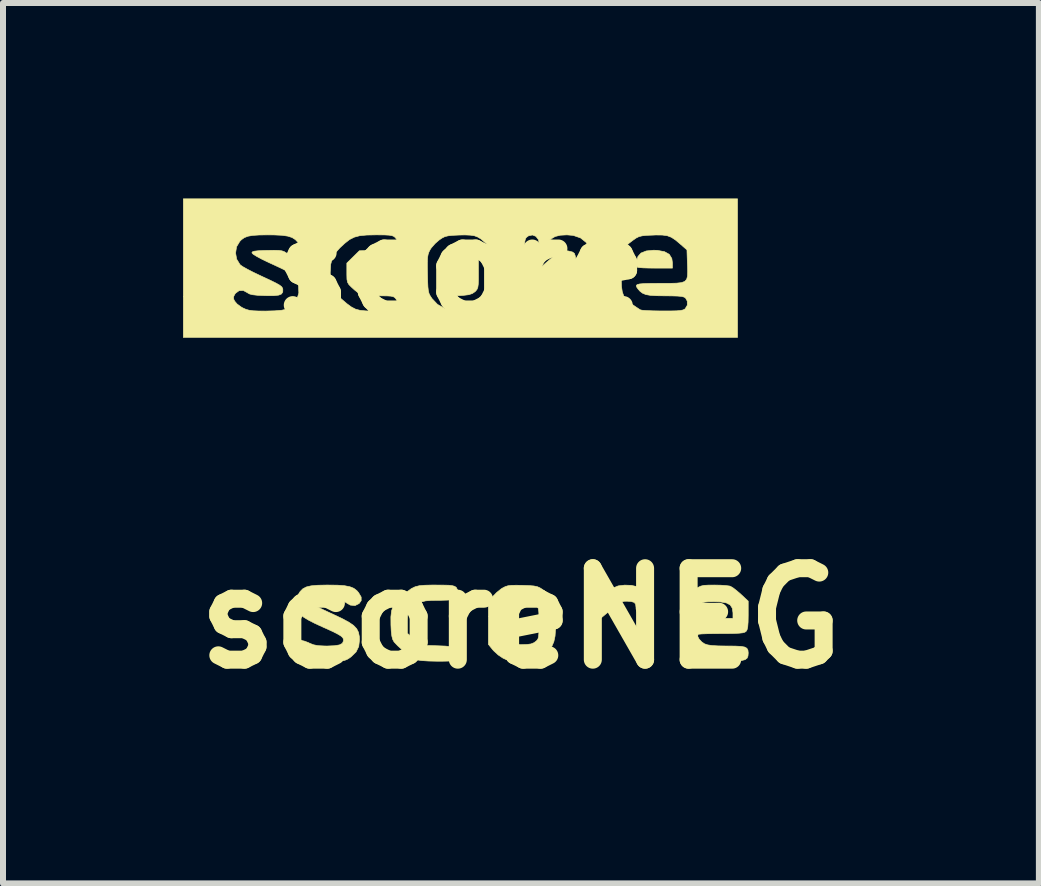
<source format=kicad_pcb>
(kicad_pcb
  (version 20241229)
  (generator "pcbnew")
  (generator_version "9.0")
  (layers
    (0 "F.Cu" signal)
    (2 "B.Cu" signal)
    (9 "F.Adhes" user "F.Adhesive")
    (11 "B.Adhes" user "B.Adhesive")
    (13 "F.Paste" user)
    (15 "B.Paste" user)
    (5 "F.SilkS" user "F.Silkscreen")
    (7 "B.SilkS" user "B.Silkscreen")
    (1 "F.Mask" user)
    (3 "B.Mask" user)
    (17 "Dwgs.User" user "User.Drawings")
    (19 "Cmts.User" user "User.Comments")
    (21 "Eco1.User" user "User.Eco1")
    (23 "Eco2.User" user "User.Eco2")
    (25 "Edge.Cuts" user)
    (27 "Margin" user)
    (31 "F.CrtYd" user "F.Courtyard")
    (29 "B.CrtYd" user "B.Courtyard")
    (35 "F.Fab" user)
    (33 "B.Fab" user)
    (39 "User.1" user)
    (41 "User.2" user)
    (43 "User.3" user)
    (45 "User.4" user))
  (footprint "scoreNEG"
    (layer "F.Cu")
    (at 5.632 7.254)
    (property "Reference" "scoreNEG" (at 0 0 0) (layer "F.SilkS") (effects (font (size 1.524 1.524) (thickness 0.3))))
    (attr through_hole)
    (fp_poly (pts (xy 1.235 -0.548) (xy 1.287 -0.503) (xy 1.317 -0.435) (xy 1.342 -0.343) (xy 1.442 -0.436) (xy 1.529 -0.502) (xy 1.619 -0.54) (xy 1.728 -0.553) (xy 1.838 -0.549) (xy 1.971 -0.52) (xy 2.074 -0.457) (xy 2.143 -0.365) (xy 2.176 -0.245) (xy 2.178 -0.209) (xy 2.177 -0.131) (xy 2.163 -0.083) (xy 2.137 -0.056) (xy 2.065 -0.025) (xy 1.997 -0.035) (xy 1.945 -0.08) (xy 1.918 -0.153) (xy 1.917 -0.179) (xy 1.911 -0.234) (xy 1.887 -0.265) (xy 1.836 -0.28) (xy 1.77 -0.285) (xy 1.721 -0.284) (xy 1.679 -0.273) (xy 1.632 -0.248) (xy 1.571 -0.203) (xy 1.494 -0.139) (xy 1.316 0.01) (xy 1.316 0.327) (xy 1.315 0.46) (xy 1.312 0.554) (xy 1.305 0.617) (xy 1.295 0.657) (xy 1.28 0.68) (xy 1.219 0.712) (xy 1.15 0.707) (xy 1.1 0.674) (xy 1.088 0.655) (xy 1.079 0.627) (xy 1.072 0.582) (xy 1.067 0.516) (xy 1.064 0.422) (xy 1.063 0.295) (xy 1.062 0.13) (xy 1.062 0.077) (xy 1.062 -0.099) (xy 1.063 -0.234) (xy 1.066 -0.334) (xy 1.069 -0.406) (xy 1.075 -0.454) (xy 1.083 -0.486) (xy 1.095 -0.506) (xy 1.104 -0.516) (xy 1.172 -0.554) (xy 1.235 -0.548)) (stroke (width 0.01) (type solid)) (fill yes) (layer "F.SilkS"))
    (fp_poly (pts (xy -1.292 -0.553) (xy -1.203 -0.551) (xy -1.145 -0.544) (xy -1.108 -0.534) (xy -1.084 -0.519) (xy -1.077 -0.512) (xy -1.043 -0.446) (xy -1.051 -0.379) (xy -1.081 -0.338) (xy -1.111 -0.321) (xy -1.157 -0.309) (xy -1.229 -0.303) (xy -1.335 -0.3) (xy -1.371 -0.3) (xy -1.497 -0.298) (xy -1.588 -0.291) (xy -1.657 -0.274) (xy -1.714 -0.244) (xy -1.772 -0.198) (xy -1.807 -0.166) (xy -1.852 -0.12) (xy -1.878 -0.082) (xy -1.89 -0.035) (xy -1.893 0.035) (xy -1.893 0.083) (xy -1.893 0.25) (xy -1.774 0.35) (xy -1.654 0.45) (xy -1.387 0.458) (xy -1.26 0.463) (xy -1.171 0.472) (xy -1.114 0.484) (xy -1.081 0.501) (xy -1.079 0.502) (xy -1.043 0.558) (xy -1.051 0.622) (xy -1.075 0.664) (xy -1.093 0.686) (xy -1.116 0.7) (xy -1.153 0.709) (xy -1.212 0.713) (xy -1.303 0.715) (xy -1.404 0.715) (xy -1.54 0.712) (xy -1.65 0.705) (xy -1.728 0.694) (xy -1.758 0.686) (xy -1.817 0.651) (xy -1.895 0.594) (xy -1.978 0.526) (xy -2.054 0.458) (xy -2.109 0.4) (xy -2.115 0.393) (xy -2.137 0.353) (xy -2.152 0.297) (xy -2.162 0.214) (xy -2.167 0.112) (xy -2.168 -0.024) (xy -2.156 -0.126) (xy -2.127 -0.208) (xy -2.075 -0.281) (xy -1.996 -0.359) (xy -1.973 -0.379) (xy -1.893 -0.446) (xy -1.828 -0.494) (xy -1.765 -0.525) (xy -1.695 -0.543) (xy -1.606 -0.551) (xy -1.488 -0.554) (xy -1.418 -0.554) (xy -1.292 -0.553)) (stroke (width 0.01) (type solid)) (fill yes) (layer "F.SilkS"))
    (fp_poly (pts (xy 0.025 -0.549) (xy 0.137 -0.545) (xy 0.214 -0.539) (xy 0.269 -0.528) (xy 0.314 -0.509) (xy 0.36 -0.48) (xy 0.366 -0.476) (xy 0.445 -0.414) (xy 0.5 -0.35) (xy 0.537 -0.274) (xy 0.56 -0.175) (xy 0.571 -0.045) (xy 0.574 0.021) (xy 0.576 0.176) (xy 0.568 0.296) (xy 0.548 0.389) (xy 0.515 0.466) (xy 0.465 0.535) (xy 0.455 0.547) (xy 0.371 0.625) (xy 0.277 0.677) (xy 0.16 0.705) (xy 0.011 0.715) (xy -0.002 0.715) (xy -0.111 0.713) (xy -0.189 0.704) (xy -0.252 0.686) (xy -0.301 0.663) (xy -0.38 0.61) (xy -0.454 0.542) (xy -0.472 0.522) (xy -0.543 0.434) (xy -0.543 0.064) (xy -0.277 0.064) (xy -0.276 0.181) (xy -0.273 0.261) (xy -0.266 0.314) (xy -0.253 0.35) (xy -0.234 0.378) (xy -0.227 0.385) (xy -0.195 0.413) (xy -0.157 0.429) (xy -0.098 0.437) (xy -0.008 0.439) (xy 0.001 0.439) (xy 0.1 0.436) (xy 0.167 0.427) (xy 0.214 0.408) (xy 0.239 0.391) (xy 0.266 0.368) (xy 0.283 0.343) (xy 0.293 0.307) (xy 0.298 0.249) (xy 0.3 0.161) (xy 0.3 0.083) (xy 0.3 -0.03) (xy 0.297 -0.107) (xy 0.29 -0.158) (xy 0.277 -0.191) (xy 0.256 -0.218) (xy 0.241 -0.232) (xy 0.2 -0.263) (xy 0.148 -0.282) (xy 0.073 -0.293) (xy 0.016 -0.296) (xy -0.076 -0.299) (xy -0.137 -0.293) (xy -0.181 -0.277) (xy -0.214 -0.255) (xy -0.241 -0.232) (xy -0.259 -0.207) (xy -0.27 -0.173) (xy -0.275 -0.118) (xy -0.277 -0.034) (xy -0.277 0.064) (xy -0.543 0.064) (xy -0.543 -0.273) (xy -0.471 -0.362) (xy -0.406 -0.429) (xy -0.332 -0.489) (xy -0.31 -0.503) (xy -0.264 -0.527) (xy -0.218 -0.542) (xy -0.161 -0.549) (xy -0.079 -0.551) (xy 0.025 -0.549)) (stroke (width 0.01) (type solid)) (fill yes) (layer "F.SilkS"))
    (fp_poly (pts (xy -3.056 -0.552) (xy -2.938 -0.543) (xy -2.851 -0.526) (xy -2.786 -0.5) (xy -2.735 -0.461) (xy -2.706 -0.427) (xy -2.663 -0.354) (xy -2.663 -0.294) (xy -2.698 -0.246) (xy -2.766 -0.212) (xy -2.844 -0.22) (xy -2.903 -0.254) (xy -2.937 -0.276) (xy -2.98 -0.289) (xy -3.042 -0.297) (xy -3.135 -0.3) (xy -3.195 -0.3) (xy -3.335 -0.296) (xy -3.43 -0.285) (xy -3.479 -0.267) (xy -3.482 -0.242) (xy -3.475 -0.234) (xy -3.447 -0.217) (xy -3.384 -0.186) (xy -3.296 -0.143) (xy -3.189 -0.093) (xy -3.132 -0.067) (xy -2.982 0.004) (xy -2.87 0.064) (xy -2.79 0.119) (xy -2.738 0.174) (xy -2.708 0.233) (xy -2.694 0.303) (xy -2.691 0.359) (xy -2.704 0.47) (xy -2.748 0.56) (xy -2.83 0.64) (xy -2.863 0.664) (xy -2.898 0.685) (xy -2.936 0.7) (xy -2.986 0.709) (xy -3.057 0.714) (xy -3.159 0.715) (xy -3.242 0.715) (xy -3.381 0.714) (xy -3.483 0.708) (xy -3.556 0.698) (xy -3.607 0.683) (xy -3.62 0.677) (xy -3.695 0.628) (xy -3.753 0.566) (xy -3.784 0.504) (xy -3.787 0.485) (xy -3.767 0.434) (xy -3.72 0.39) (xy -3.662 0.37) (xy -3.657 0.369) (xy -3.609 0.38) (xy -3.543 0.405) (xy -3.521 0.416) (xy -3.458 0.441) (xy -3.382 0.456) (xy -3.279 0.461) (xy -3.232 0.462) (xy -3.108 0.457) (xy -3.024 0.443) (xy -2.976 0.417) (xy -2.958 0.376) (xy -2.959 0.348) (xy -2.969 0.324) (xy -2.995 0.299) (xy -3.044 0.268) (xy -3.121 0.228) (xy -3.233 0.176) (xy -3.288 0.152) (xy -3.434 0.085) (xy -3.543 0.029) (xy -3.622 -0.019) (xy -3.676 -0.064) (xy -3.713 -0.112) (xy -3.737 -0.166) (xy -3.745 -0.189) (xy -3.759 -0.251) (xy -3.756 -0.301) (xy -3.731 -0.36) (xy -3.72 -0.382) (xy -3.681 -0.445) (xy -3.636 -0.491) (xy -3.578 -0.522) (xy -3.498 -0.541) (xy -3.389 -0.551) (xy -3.243 -0.554) (xy -3.211 -0.554) (xy -3.056 -0.552)) (stroke (width 0.01) (type solid)) (fill yes) (layer "F.SilkS"))
    (fp_poly (pts (xy 3.324 -0.552) (xy 3.412 -0.546) (xy 3.475 -0.538) (xy 3.491 -0.533) (xy 3.535 -0.507) (xy 3.597 -0.459) (xy 3.666 -0.399) (xy 3.666 -0.399) (xy 3.787 -0.286) (xy 3.787 -0.052) (xy 3.785 0.063) (xy 3.779 0.141) (xy 3.768 0.19) (xy 3.751 0.218) (xy 3.729 0.232) (xy 3.693 0.242) (xy 3.636 0.248) (xy 3.549 0.252) (xy 3.428 0.254) (xy 3.339 0.254) (xy 3.212 0.255) (xy 3.101 0.257) (xy 3.016 0.26) (xy 2.963 0.265) (xy 2.949 0.268) (xy 2.945 0.301) (xy 2.969 0.347) (xy 3.013 0.394) (xy 3.06 0.426) (xy 3.111 0.443) (xy 3.184 0.454) (xy 3.287 0.46) (xy 3.428 0.462) (xy 3.434 0.462) (xy 3.569 0.463) (xy 3.665 0.468) (xy 3.728 0.479) (xy 3.764 0.499) (xy 3.782 0.53) (xy 3.787 0.573) (xy 3.787 0.58) (xy 3.783 0.629) (xy 3.768 0.664) (xy 3.735 0.689) (xy 3.677 0.704) (xy 3.59 0.712) (xy 3.466 0.714) (xy 3.375 0.714) (xy 3.251 0.712) (xy 3.139 0.708) (xy 3.05 0.702) (xy 2.994 0.695) (xy 2.984 0.692) (xy 2.915 0.653) (xy 2.837 0.594) (xy 2.765 0.527) (xy 2.716 0.467) (xy 2.711 0.457) (xy 2.696 0.41) (xy 2.686 0.333) (xy 2.68 0.221) (xy 2.679 0.074) (xy 2.68 -0.076) (xy 2.681 -0.087) (xy 2.956 -0.087) (xy 2.956 0) (xy 3.533 0) (xy 3.533 -0.091) (xy 3.522 -0.168) (xy 3.487 -0.223) (xy 3.421 -0.257) (xy 3.32 -0.274) (xy 3.219 -0.277) (xy 3.123 -0.276) (xy 3.062 -0.27) (xy 3.025 -0.258) (xy 3 -0.237) (xy 2.992 -0.226) (xy 2.967 -0.168) (xy 2.956 -0.095) (xy 2.956 -0.087) (xy 2.681 -0.087) (xy 2.689 -0.19) (xy 2.707 -0.275) (xy 2.738 -0.341) (xy 2.786 -0.396) (xy 2.854 -0.45) (xy 2.895 -0.479) (xy 2.951 -0.515) (xy 2.998 -0.537) (xy 3.051 -0.549) (xy 3.124 -0.553) (xy 3.222 -0.554) (xy 3.324 -0.552)) (stroke (width 0.01) (type solid)) (fill yes) (layer "F.SilkS")))
  (footprint "score"
    (layer "F.Cu")
    (at 4.623 1.418)
    (property "Reference" "score" (at 0 0 0) (layer "F.SilkS") (effects (font (size 1.524 1.524) (thickness 0.3))))
    (attr through_hole)
    (fp_poly (pts (xy 3.281 -0.296) (xy 3.4 -0.274) (xy 3.48 -0.23) (xy 3.523 -0.16) (xy 3.533 -0.088) (xy 3.533 0) (xy 3.248 0) (xy 3.138 -0.001) (xy 3.045 -0.004) (xy 2.978 -0.009) (xy 2.948 -0.015) (xy 2.948 -0.015) (xy 2.934 -0.057) (xy 2.937 -0.121) (xy 2.957 -0.189) (xy 2.959 -0.195) (xy 3.009 -0.251) (xy 3.097 -0.286) (xy 3.218 -0.298) (xy 3.281 -0.296)) (stroke (width 0.01) (type solid)) (fill yes) (layer "F.SilkS"))
    (fp_poly (pts (xy 0.083 -0.298) (xy 0.144 -0.289) (xy 0.19 -0.27) (xy 0.229 -0.24) (xy 0.3 -0.181) (xy 0.3 0.079) (xy 0.3 0.192) (xy 0.297 0.27) (xy 0.29 0.32) (xy 0.277 0.353) (xy 0.256 0.38) (xy 0.244 0.392) (xy 0.199 0.423) (xy 0.14 0.443) (xy 0.051 0.454) (xy 0.025 0.456) (xy -0.06 0.461) (xy -0.115 0.459) (xy -0.154 0.444) (xy -0.193 0.412) (xy -0.221 0.384) (xy -0.304 0.301) (xy -0.297 0.06) (xy -0.292 -0.051) (xy -0.285 -0.126) (xy -0.274 -0.176) (xy -0.257 -0.211) (xy -0.233 -0.241) (xy -0.198 -0.272) (xy -0.16 -0.29) (xy -0.104 -0.298) (xy -0.016 -0.3) (xy -0.009 -0.3) (xy 0.083 -0.298)) (stroke (width 0.01) (type solid)) (fill yes) (layer "F.SilkS"))
    (fp_poly (pts (xy 4.618 1.155) (xy -4.618 1.155) (xy -4.618 0.478) (xy -3.782 0.478) (xy -3.778 0.518) (xy -3.762 0.551) (xy -3.722 0.598) (xy -3.657 0.646) (xy -3.626 0.664) (xy -3.575 0.687) (xy -3.522 0.702) (xy -3.457 0.711) (xy -3.367 0.715) (xy -3.25 0.716) (xy -3.094 0.712) (xy -2.978 0.702) (xy -2.905 0.686) (xy -2.902 0.684) (xy -2.798 0.618) (xy -2.727 0.525) (xy -2.693 0.415) (xy -2.698 0.295) (xy -2.722 0.22) (xy -2.742 0.178) (xy -2.763 0.144) (xy -2.791 0.113) (xy -2.834 0.083) (xy -2.837 0.081) (xy -2.17 0.081) (xy -2.165 0.21) (xy -2.143 0.309) (xy -2.101 0.391) (xy -2.03 0.471) (xy -1.985 0.513) (xy -1.892 0.593) (xy -1.817 0.648) (xy -1.748 0.684) (xy -1.672 0.704) (xy -1.577 0.713) (xy -1.451 0.716) (xy -1.415 0.716) (xy -1.294 0.715) (xy -1.21 0.712) (xy -1.154 0.705) (xy -1.118 0.694) (xy -1.092 0.676) (xy -1.085 0.67) (xy -1.046 0.616) (xy -1.046 0.564) (xy -1.075 0.513) (xy -1.094 0.491) (xy -1.119 0.476) (xy -1.16 0.467) (xy -1.225 0.463) (xy -1.324 0.462) (xy -1.37 0.462) (xy -1.493 0.461) (xy -1.582 0.454) (xy -1.649 0.439) (xy -1.705 0.411) (xy -1.762 0.366) (xy -1.818 0.315) (xy -1.858 0.275) (xy -1.88 0.238) (xy -1.891 0.188) (xy -1.893 0.112) (xy -1.893 0.081) (xy -1.893 -0.015) (xy -0.551 -0.015) (xy -0.549 0.094) (xy -0.546 0.221) (xy -0.542 0.312) (xy -0.535 0.375) (xy -0.524 0.421) (xy -0.506 0.458) (xy -0.48 0.498) (xy -0.477 0.504) (xy -0.382 0.605) (xy -0.26 0.673) (xy -0.109 0.709) (xy 0.01 0.715) (xy 0.147 0.708) (xy 0.249 0.688) (xy 0.289 0.673) (xy 0.391 0.607) (xy 0.479 0.515) (xy 0.54 0.412) (xy 0.553 0.376) (xy 0.566 0.297) (xy 0.574 0.187) (xy 0.576 0.077) (xy 1.062 0.077) (xy 1.063 0.254) (xy 1.064 0.391) (xy 1.066 0.493) (xy 1.071 0.566) (xy 1.077 0.616) (xy 1.085 0.649) (xy 1.097 0.669) (xy 1.1 0.674) (xy 1.161 0.711) (xy 1.229 0.706) (xy 1.274 0.678) (xy 1.291 0.657) (xy 1.303 0.626) (xy 1.31 0.577) (xy 1.314 0.503) (xy 1.316 0.394) (xy 1.316 0.323) (xy 1.316 0.187) (xy 2.68 0.187) (xy 2.684 0.305) (xy 2.697 0.394) (xy 2.72 0.461) (xy 2.757 0.515) (xy 2.809 0.564) (xy 2.846 0.593) (xy 2.915 0.641) (xy 2.972 0.679) (xy 3.002 0.697) (xy 3.036 0.703) (xy 3.108 0.708) (xy 3.207 0.712) (xy 3.324 0.714) (xy 3.369 0.714) (xy 3.505 0.714) (xy 3.602 0.712) (xy 3.668 0.706) (xy 3.711 0.697) (xy 3.738 0.683) (xy 3.745 0.678) (xy 3.781 0.618) (xy 3.78 0.549) (xy 3.751 0.498) (xy 3.727 0.483) (xy 3.686 0.472) (xy 3.62 0.466) (xy 3.523 0.463) (xy 3.409 0.462) (xy 3.269 0.46) (xy 3.166 0.454) (xy 3.091 0.441) (xy 3.037 0.419) (xy 2.994 0.387) (xy 2.961 0.35) (xy 2.938 0.317) (xy 2.931 0.292) (xy 2.945 0.275) (xy 2.987 0.264) (xy 3.06 0.258) (xy 3.169 0.255) (xy 3.319 0.254) (xy 3.323 0.254) (xy 3.482 0.254) (xy 3.6 0.251) (xy 3.684 0.242) (xy 3.738 0.222) (xy 3.77 0.187) (xy 3.784 0.134) (xy 3.787 0.058) (xy 3.784 -0.045) (xy 3.783 -0.063) (xy 3.775 -0.304) (xy 3.671 -0.395) (xy 3.586 -0.467) (xy 3.515 -0.514) (xy 3.446 -0.54) (xy 3.364 -0.551) (xy 3.254 -0.552) (xy 3.209 -0.55) (xy 3.102 -0.546) (xy 3.029 -0.538) (xy 2.976 -0.525) (xy 2.931 -0.503) (xy 2.883 -0.47) (xy 2.81 -0.415) (xy 2.758 -0.365) (xy 2.723 -0.312) (xy 2.702 -0.245) (xy 2.69 -0.155) (xy 2.684 -0.033) (xy 2.682 0.03) (xy 2.68 0.187) (xy 1.316 0.187) (xy 1.316 0.007) (xy 1.449 -0.108) (xy 1.545 -0.19) (xy 1.617 -0.245) (xy 1.671 -0.277) (xy 1.719 -0.291) (xy 1.767 -0.29) (xy 1.805 -0.284) (xy 1.868 -0.268) (xy 1.9 -0.244) (xy 1.915 -0.199) (xy 1.918 -0.179) (xy 1.946 -0.087) (xy 1.993 -0.036) (xy 2.045 -0.023) (xy 2.113 -0.041) (xy 2.154 -0.097) (xy 2.17 -0.191) (xy 2.171 -0.206) (xy 2.151 -0.33) (xy 2.093 -0.43) (xy 2.002 -0.503) (xy 1.88 -0.545) (xy 1.774 -0.554) (xy 1.664 -0.548) (xy 1.579 -0.527) (xy 1.501 -0.481) (xy 1.42 -0.413) (xy 1.316 -0.317) (xy 1.316 -0.394) (xy 1.3 -0.474) (xy 1.258 -0.529) (xy 1.2 -0.552) (xy 1.135 -0.538) (xy 1.104 -0.516) (xy 1.091 -0.501) (xy 1.081 -0.478) (xy 1.073 -0.442) (xy 1.068 -0.388) (xy 1.065 -0.309) (xy 1.063 -0.199) (xy 1.062 -0.053) (xy 1.062 0.077) (xy 0.576 0.077) (xy 0.576 0.064) (xy 0.573 -0.057) (xy 0.563 -0.16) (xy 0.553 -0.215) (xy 0.508 -0.31) (xy 0.435 -0.404) (xy 0.345 -0.484) (xy 0.286 -0.519) (xy 0.233 -0.539) (xy 0.166 -0.549) (xy 0.075 -0.553) (xy -0.023 -0.551) (xy -0.131 -0.546) (xy -0.205 -0.538) (xy -0.259 -0.525) (xy -0.305 -0.502) (xy -0.35 -0.472) (xy -0.421 -0.411) (xy -0.484 -0.339) (xy -0.503 -0.311) (xy -0.524 -0.27) (xy -0.538 -0.23) (xy -0.547 -0.181) (xy -0.551 -0.112) (xy -0.551 -0.015) (xy -1.893 -0.015) (xy -1.893 -0.083) (xy -1.684 -0.289) (xy -1.402 -0.296) (xy -1.272 -0.301) (xy -1.181 -0.309) (xy -1.121 -0.32) (xy -1.086 -0.335) (xy -1.079 -0.34) (xy -1.043 -0.398) (xy -1.051 -0.461) (xy -1.085 -0.508) (xy -1.109 -0.528) (xy -1.141 -0.541) (xy -1.19 -0.549) (xy -1.264 -0.553) (xy -1.372 -0.554) (xy -1.416 -0.554) (xy -1.564 -0.551) (xy -1.677 -0.54) (xy -1.768 -0.516) (xy -1.848 -0.476) (xy -1.928 -0.413) (xy -2.009 -0.338) (xy -2.087 -0.25) (xy -2.136 -0.163) (xy -2.162 -0.062) (xy -2.17 0.069) (xy -2.17 0.081) (xy -2.837 0.081) (xy -2.897 0.047) (xy -2.986 0.003) (xy -3.108 -0.054) (xy -3.187 -0.09) (xy -3.304 -0.146) (xy -3.395 -0.195) (xy -3.454 -0.232) (xy -3.475 -0.255) (xy -3.475 -0.256) (xy -3.466 -0.271) (xy -3.434 -0.282) (xy -3.372 -0.289) (xy -3.274 -0.294) (xy -3.222 -0.295) (xy -3.108 -0.297) (xy -3.029 -0.295) (xy -2.976 -0.288) (xy -2.937 -0.275) (xy -2.906 -0.255) (xy -2.823 -0.214) (xy -2.746 -0.217) (xy -2.698 -0.246) (xy -2.661 -0.3) (xy -2.666 -0.362) (xy -2.706 -0.427) (xy -2.751 -0.475) (xy -2.806 -0.51) (xy -2.878 -0.533) (xy -2.974 -0.547) (xy -3.104 -0.553) (xy -3.21 -0.554) (xy -3.355 -0.552) (xy -3.463 -0.545) (xy -3.542 -0.531) (xy -3.601 -0.508) (xy -3.649 -0.474) (xy -3.678 -0.444) (xy -3.731 -0.355) (xy -3.747 -0.251) (xy -3.729 -0.149) (xy -3.675 -0.061) (xy -3.664 -0.05) (xy -3.625 -0.023) (xy -3.552 0.018) (xy -3.455 0.068) (xy -3.342 0.122) (xy -3.289 0.147) (xy -3.164 0.205) (xy -3.075 0.249) (xy -3.016 0.282) (xy -2.981 0.309) (xy -2.965 0.333) (xy -2.96 0.351) (xy -2.961 0.398) (xy -2.982 0.431) (xy -3.028 0.45) (xy -3.107 0.459) (xy -3.223 0.459) (xy -3.264 0.458) (xy -3.382 0.453) (xy -3.462 0.444) (xy -3.514 0.431) (xy -3.548 0.412) (xy -3.55 0.41) (xy -3.618 0.373) (xy -3.689 0.376) (xy -3.748 0.419) (xy -3.756 0.43) (xy -3.782 0.478) (xy -4.618 0.478) (xy -4.618 -1.155) (xy 4.618 -1.155) (xy 4.618 1.155)) (stroke (width 0.01) (type solid)) (fill yes) (layer "F.SilkS")))
  (gr_rect
    (start -3 -3)
    (end 14.263 11.672)
    (stroke (width 0.1) (type default))
    (fill no)
    (layer "Edge.Cuts")))
</source>
